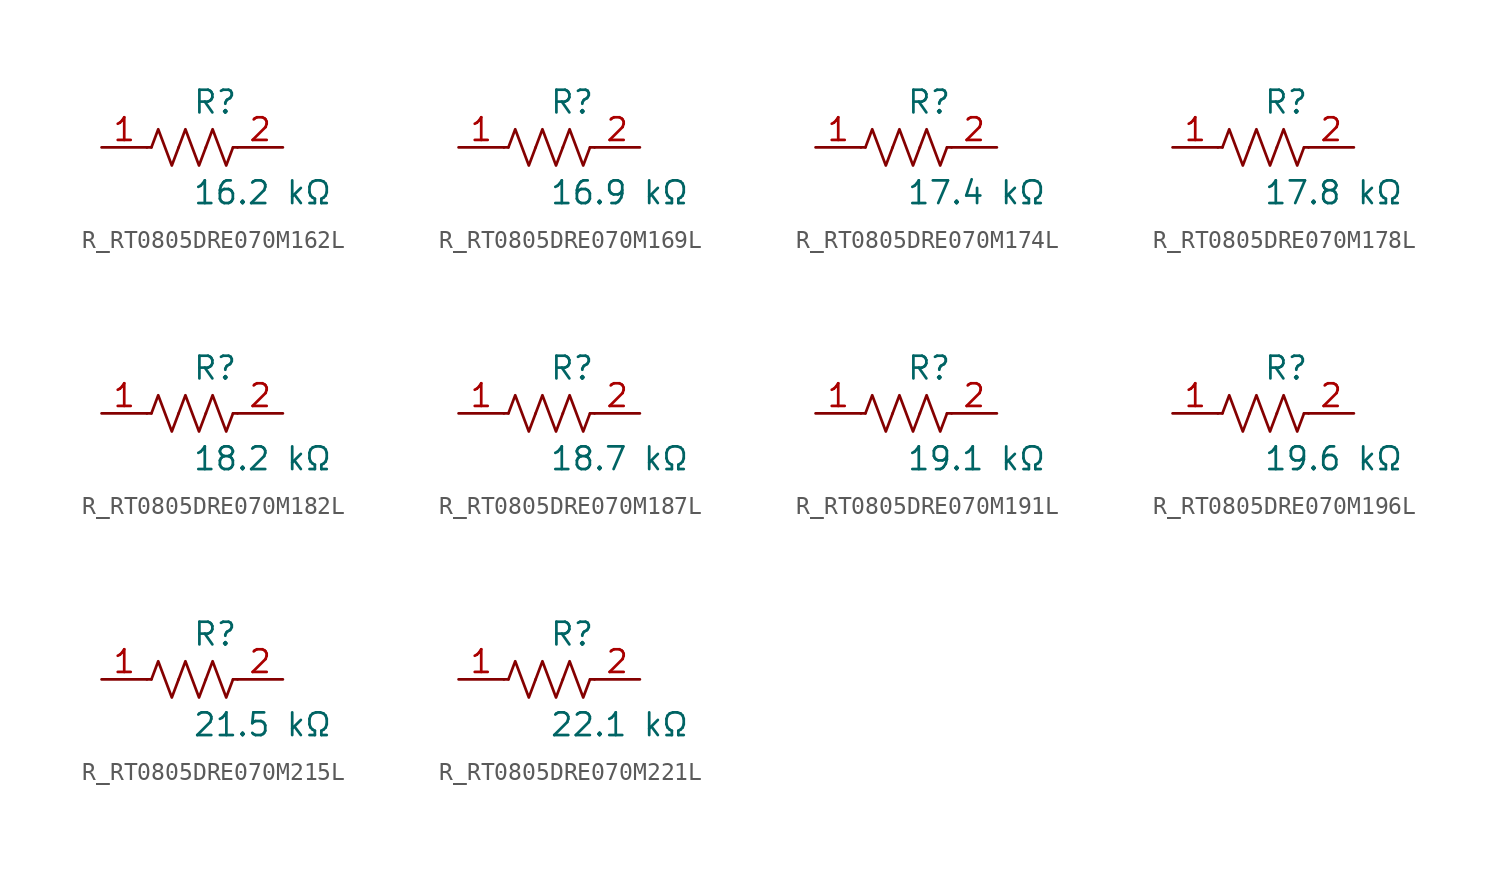
<source format=kicad_sym>
(kicad_symbol_lib
  (version 20231120)
  (generator kicad_symbol_editor)
  (generator_version 8.0)
  (symbol "R_RT0805DRE070M162L"
    (pin_names
      (offset 0.254))
    (property "Reference" "R"
      (at 0.0 2.54 0)
      (effects (font (size 1.27 1.27)) (justify left)))
    (property "Value" "16.2 kΩ"
      (at 0.0 -2.54 0)
      (effects (font (size 1.27 1.27)) (justify left)))
    (symbol "R_RT0805DRE070M162L_0_1"
      (polyline (pts (xy 2.286 0) (xy 2.54 0)) (stroke (width 0) (type default)) (fill (type none)))
      (polyline (pts (xy -2.286 0) (xy -2.54 0)) (stroke (width 0) (type default)) (fill (type none)))
      (polyline (pts (xy 0.762 0) (xy 1.143 1.016) (xy 1.524 0) (xy 1.905 -1.016) (xy 2.286 0)) (stroke (width 0) (type default)) (fill (type none)))
      (polyline (pts (xy -0.762 0) (xy -0.381 1.016) (xy 0 0) (xy 0.381 -1.016) (xy 0.762 0)) (stroke (width 0) (type default)) (fill (type none)))
      (polyline (pts (xy -2.286 0) (xy -1.905 1.016) (xy -1.524 0) (xy -1.143 -1.016) (xy -0.762 0)) (stroke (width 0) (type default)) (fill (type none))))
    (pin unspecified line
      (at -5.08 0 0)
      (length 2.54)
      (name "" (effects (font (size 1.27 1.27))))
      (number "1" (effects (font (size 1.27 1.27)))))
    (pin unspecified line
      (at 5.08 0 180)
      (length 2.54)
      (name "" (effects (font (size 1.27 1.27))))
      (number "2" (effects (font (size 1.27 1.27))))))
  (symbol "R_RT0805DRE070M169L"
    (pin_names
      (offset 0.254))
    (property "Reference" "R"
      (at 0.0 2.54 0)
      (effects (font (size 1.27 1.27)) (justify left)))
    (property "Value" "16.9 kΩ"
      (at 0.0 -2.54 0)
      (effects (font (size 1.27 1.27)) (justify left)))
    (symbol "R_RT0805DRE070M169L_0_1"
      (polyline (pts (xy 2.286 0) (xy 2.54 0)) (stroke (width 0) (type default)) (fill (type none)))
      (polyline (pts (xy -2.286 0) (xy -2.54 0)) (stroke (width 0) (type default)) (fill (type none)))
      (polyline (pts (xy 0.762 0) (xy 1.143 1.016) (xy 1.524 0) (xy 1.905 -1.016) (xy 2.286 0)) (stroke (width 0) (type default)) (fill (type none)))
      (polyline (pts (xy -0.762 0) (xy -0.381 1.016) (xy 0 0) (xy 0.381 -1.016) (xy 0.762 0)) (stroke (width 0) (type default)) (fill (type none)))
      (polyline (pts (xy -2.286 0) (xy -1.905 1.016) (xy -1.524 0) (xy -1.143 -1.016) (xy -0.762 0)) (stroke (width 0) (type default)) (fill (type none))))
    (pin unspecified line
      (at -5.08 0 0)
      (length 2.54)
      (name "" (effects (font (size 1.27 1.27))))
      (number "1" (effects (font (size 1.27 1.27)))))
    (pin unspecified line
      (at 5.08 0 180)
      (length 2.54)
      (name "" (effects (font (size 1.27 1.27))))
      (number "2" (effects (font (size 1.27 1.27))))))
  (symbol "R_RT0805DRE070M174L"
    (pin_names
      (offset 0.254))
    (property "Reference" "R"
      (at 0.0 2.54 0)
      (effects (font (size 1.27 1.27)) (justify left)))
    (property "Value" "17.4 kΩ"
      (at 0.0 -2.54 0)
      (effects (font (size 1.27 1.27)) (justify left)))
    (symbol "R_RT0805DRE070M174L_0_1"
      (polyline (pts (xy 2.286 0) (xy 2.54 0)) (stroke (width 0) (type default)) (fill (type none)))
      (polyline (pts (xy -2.286 0) (xy -2.54 0)) (stroke (width 0) (type default)) (fill (type none)))
      (polyline (pts (xy 0.762 0) (xy 1.143 1.016) (xy 1.524 0) (xy 1.905 -1.016) (xy 2.286 0)) (stroke (width 0) (type default)) (fill (type none)))
      (polyline (pts (xy -0.762 0) (xy -0.381 1.016) (xy 0 0) (xy 0.381 -1.016) (xy 0.762 0)) (stroke (width 0) (type default)) (fill (type none)))
      (polyline (pts (xy -2.286 0) (xy -1.905 1.016) (xy -1.524 0) (xy -1.143 -1.016) (xy -0.762 0)) (stroke (width 0) (type default)) (fill (type none))))
    (pin unspecified line
      (at -5.08 0 0)
      (length 2.54)
      (name "" (effects (font (size 1.27 1.27))))
      (number "1" (effects (font (size 1.27 1.27)))))
    (pin unspecified line
      (at 5.08 0 180)
      (length 2.54)
      (name "" (effects (font (size 1.27 1.27))))
      (number "2" (effects (font (size 1.27 1.27))))))
  (symbol "R_RT0805DRE070M178L"
    (pin_names
      (offset 0.254))
    (property "Reference" "R"
      (at 0.0 2.54 0)
      (effects (font (size 1.27 1.27)) (justify left)))
    (property "Value" "17.8 kΩ"
      (at 0.0 -2.54 0)
      (effects (font (size 1.27 1.27)) (justify left)))
    (symbol "R_RT0805DRE070M178L_0_1"
      (polyline (pts (xy 2.286 0) (xy 2.54 0)) (stroke (width 0) (type default)) (fill (type none)))
      (polyline (pts (xy -2.286 0) (xy -2.54 0)) (stroke (width 0) (type default)) (fill (type none)))
      (polyline (pts (xy 0.762 0) (xy 1.143 1.016) (xy 1.524 0) (xy 1.905 -1.016) (xy 2.286 0)) (stroke (width 0) (type default)) (fill (type none)))
      (polyline (pts (xy -0.762 0) (xy -0.381 1.016) (xy 0 0) (xy 0.381 -1.016) (xy 0.762 0)) (stroke (width 0) (type default)) (fill (type none)))
      (polyline (pts (xy -2.286 0) (xy -1.905 1.016) (xy -1.524 0) (xy -1.143 -1.016) (xy -0.762 0)) (stroke (width 0) (type default)) (fill (type none))))
    (pin unspecified line
      (at -5.08 0 0)
      (length 2.54)
      (name "" (effects (font (size 1.27 1.27))))
      (number "1" (effects (font (size 1.27 1.27)))))
    (pin unspecified line
      (at 5.08 0 180)
      (length 2.54)
      (name "" (effects (font (size 1.27 1.27))))
      (number "2" (effects (font (size 1.27 1.27))))))
  (symbol "R_RT0805DRE070M182L"
    (pin_names
      (offset 0.254))
    (property "Reference" "R"
      (at 0.0 2.54 0)
      (effects (font (size 1.27 1.27)) (justify left)))
    (property "Value" "18.2 kΩ"
      (at 0.0 -2.54 0)
      (effects (font (size 1.27 1.27)) (justify left)))
    (symbol "R_RT0805DRE070M182L_0_1"
      (polyline (pts (xy 2.286 0) (xy 2.54 0)) (stroke (width 0) (type default)) (fill (type none)))
      (polyline (pts (xy -2.286 0) (xy -2.54 0)) (stroke (width 0) (type default)) (fill (type none)))
      (polyline (pts (xy 0.762 0) (xy 1.143 1.016) (xy 1.524 0) (xy 1.905 -1.016) (xy 2.286 0)) (stroke (width 0) (type default)) (fill (type none)))
      (polyline (pts (xy -0.762 0) (xy -0.381 1.016) (xy 0 0) (xy 0.381 -1.016) (xy 0.762 0)) (stroke (width 0) (type default)) (fill (type none)))
      (polyline (pts (xy -2.286 0) (xy -1.905 1.016) (xy -1.524 0) (xy -1.143 -1.016) (xy -0.762 0)) (stroke (width 0) (type default)) (fill (type none))))
    (pin unspecified line
      (at -5.08 0 0)
      (length 2.54)
      (name "" (effects (font (size 1.27 1.27))))
      (number "1" (effects (font (size 1.27 1.27)))))
    (pin unspecified line
      (at 5.08 0 180)
      (length 2.54)
      (name "" (effects (font (size 1.27 1.27))))
      (number "2" (effects (font (size 1.27 1.27))))))
  (symbol "R_RT0805DRE070M187L"
    (pin_names
      (offset 0.254))
    (property "Reference" "R"
      (at 0.0 2.54 0)
      (effects (font (size 1.27 1.27)) (justify left)))
    (property "Value" "18.7 kΩ"
      (at 0.0 -2.54 0)
      (effects (font (size 1.27 1.27)) (justify left)))
    (symbol "R_RT0805DRE070M187L_0_1"
      (polyline (pts (xy 2.286 0) (xy 2.54 0)) (stroke (width 0) (type default)) (fill (type none)))
      (polyline (pts (xy -2.286 0) (xy -2.54 0)) (stroke (width 0) (type default)) (fill (type none)))
      (polyline (pts (xy 0.762 0) (xy 1.143 1.016) (xy 1.524 0) (xy 1.905 -1.016) (xy 2.286 0)) (stroke (width 0) (type default)) (fill (type none)))
      (polyline (pts (xy -0.762 0) (xy -0.381 1.016) (xy 0 0) (xy 0.381 -1.016) (xy 0.762 0)) (stroke (width 0) (type default)) (fill (type none)))
      (polyline (pts (xy -2.286 0) (xy -1.905 1.016) (xy -1.524 0) (xy -1.143 -1.016) (xy -0.762 0)) (stroke (width 0) (type default)) (fill (type none))))
    (pin unspecified line
      (at -5.08 0 0)
      (length 2.54)
      (name "" (effects (font (size 1.27 1.27))))
      (number "1" (effects (font (size 1.27 1.27)))))
    (pin unspecified line
      (at 5.08 0 180)
      (length 2.54)
      (name "" (effects (font (size 1.27 1.27))))
      (number "2" (effects (font (size 1.27 1.27))))))
  (symbol "R_RT0805DRE070M191L"
    (pin_names
      (offset 0.254))
    (property "Reference" "R"
      (at 0.0 2.54 0)
      (effects (font (size 1.27 1.27)) (justify left)))
    (property "Value" "19.1 kΩ"
      (at 0.0 -2.54 0)
      (effects (font (size 1.27 1.27)) (justify left)))
    (symbol "R_RT0805DRE070M191L_0_1"
      (polyline (pts (xy 2.286 0) (xy 2.54 0)) (stroke (width 0) (type default)) (fill (type none)))
      (polyline (pts (xy -2.286 0) (xy -2.54 0)) (stroke (width 0) (type default)) (fill (type none)))
      (polyline (pts (xy 0.762 0) (xy 1.143 1.016) (xy 1.524 0) (xy 1.905 -1.016) (xy 2.286 0)) (stroke (width 0) (type default)) (fill (type none)))
      (polyline (pts (xy -0.762 0) (xy -0.381 1.016) (xy 0 0) (xy 0.381 -1.016) (xy 0.762 0)) (stroke (width 0) (type default)) (fill (type none)))
      (polyline (pts (xy -2.286 0) (xy -1.905 1.016) (xy -1.524 0) (xy -1.143 -1.016) (xy -0.762 0)) (stroke (width 0) (type default)) (fill (type none))))
    (pin unspecified line
      (at -5.08 0 0)
      (length 2.54)
      (name "" (effects (font (size 1.27 1.27))))
      (number "1" (effects (font (size 1.27 1.27)))))
    (pin unspecified line
      (at 5.08 0 180)
      (length 2.54)
      (name "" (effects (font (size 1.27 1.27))))
      (number "2" (effects (font (size 1.27 1.27))))))
  (symbol "R_RT0805DRE070M196L"
    (pin_names
      (offset 0.254))
    (property "Reference" "R"
      (at 0.0 2.54 0)
      (effects (font (size 1.27 1.27)) (justify left)))
    (property "Value" "19.6 kΩ"
      (at 0.0 -2.54 0)
      (effects (font (size 1.27 1.27)) (justify left)))
    (symbol "R_RT0805DRE070M196L_0_1"
      (polyline (pts (xy 2.286 0) (xy 2.54 0)) (stroke (width 0) (type default)) (fill (type none)))
      (polyline (pts (xy -2.286 0) (xy -2.54 0)) (stroke (width 0) (type default)) (fill (type none)))
      (polyline (pts (xy 0.762 0) (xy 1.143 1.016) (xy 1.524 0) (xy 1.905 -1.016) (xy 2.286 0)) (stroke (width 0) (type default)) (fill (type none)))
      (polyline (pts (xy -0.762 0) (xy -0.381 1.016) (xy 0 0) (xy 0.381 -1.016) (xy 0.762 0)) (stroke (width 0) (type default)) (fill (type none)))
      (polyline (pts (xy -2.286 0) (xy -1.905 1.016) (xy -1.524 0) (xy -1.143 -1.016) (xy -0.762 0)) (stroke (width 0) (type default)) (fill (type none))))
    (pin unspecified line
      (at -5.08 0 0)
      (length 2.54)
      (name "" (effects (font (size 1.27 1.27))))
      (number "1" (effects (font (size 1.27 1.27)))))
    (pin unspecified line
      (at 5.08 0 180)
      (length 2.54)
      (name "" (effects (font (size 1.27 1.27))))
      (number "2" (effects (font (size 1.27 1.27))))))
  (symbol "R_RT0805DRE070M215L"
    (pin_names
      (offset 0.254))
    (property "Reference" "R"
      (at 0.0 2.54 0)
      (effects (font (size 1.27 1.27)) (justify left)))
    (property "Value" "21.5 kΩ"
      (at 0.0 -2.54 0)
      (effects (font (size 1.27 1.27)) (justify left)))
    (symbol "R_RT0805DRE070M215L_0_1"
      (polyline (pts (xy 2.286 0) (xy 2.54 0)) (stroke (width 0) (type default)) (fill (type none)))
      (polyline (pts (xy -2.286 0) (xy -2.54 0)) (stroke (width 0) (type default)) (fill (type none)))
      (polyline (pts (xy 0.762 0) (xy 1.143 1.016) (xy 1.524 0) (xy 1.905 -1.016) (xy 2.286 0)) (stroke (width 0) (type default)) (fill (type none)))
      (polyline (pts (xy -0.762 0) (xy -0.381 1.016) (xy 0 0) (xy 0.381 -1.016) (xy 0.762 0)) (stroke (width 0) (type default)) (fill (type none)))
      (polyline (pts (xy -2.286 0) (xy -1.905 1.016) (xy -1.524 0) (xy -1.143 -1.016) (xy -0.762 0)) (stroke (width 0) (type default)) (fill (type none))))
    (pin unspecified line
      (at -5.08 0 0)
      (length 2.54)
      (name "" (effects (font (size 1.27 1.27))))
      (number "1" (effects (font (size 1.27 1.27)))))
    (pin unspecified line
      (at 5.08 0 180)
      (length 2.54)
      (name "" (effects (font (size 1.27 1.27))))
      (number "2" (effects (font (size 1.27 1.27))))))
  (symbol "R_RT0805DRE070M221L"
    (pin_names
      (offset 0.254))
    (property "Reference" "R"
      (at 0.0 2.54 0)
      (effects (font (size 1.27 1.27)) (justify left)))
    (property "Value" "22.1 kΩ"
      (at 0.0 -2.54 0)
      (effects (font (size 1.27 1.27)) (justify left)))
    (symbol "R_RT0805DRE070M221L_0_1"
      (polyline (pts (xy 2.286 0) (xy 2.54 0)) (stroke (width 0) (type default)) (fill (type none)))
      (polyline (pts (xy -2.286 0) (xy -2.54 0)) (stroke (width 0) (type default)) (fill (type none)))
      (polyline (pts (xy 0.762 0) (xy 1.143 1.016) (xy 1.524 0) (xy 1.905 -1.016) (xy 2.286 0)) (stroke (width 0) (type default)) (fill (type none)))
      (polyline (pts (xy -0.762 0) (xy -0.381 1.016) (xy 0 0) (xy 0.381 -1.016) (xy 0.762 0)) (stroke (width 0) (type default)) (fill (type none)))
      (polyline (pts (xy -2.286 0) (xy -1.905 1.016) (xy -1.524 0) (xy -1.143 -1.016) (xy -0.762 0)) (stroke (width 0) (type default)) (fill (type none))))
    (pin unspecified line
      (at -5.08 0 0)
      (length 2.54)
      (name "" (effects (font (size 1.27 1.27))))
      (number "1" (effects (font (size 1.27 1.27)))))
    (pin unspecified line
      (at 5.08 0 180)
      (length 2.54)
      (name "" (effects (font (size 1.27 1.27))))
      (number "2" (effects (font (size 1.27 1.27)))))))
</source>
